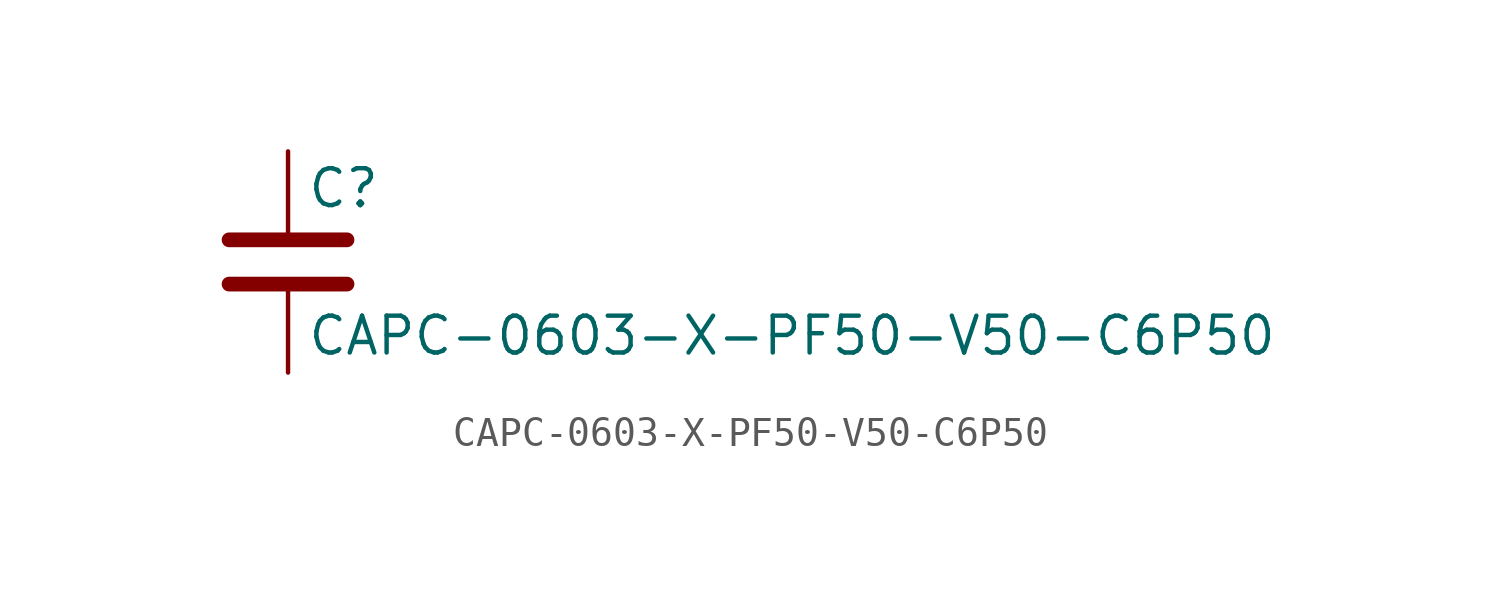
<source format=kicad_sym>
(kicad_symbol_lib
  (version 20211014)
  (generator kicad_symbol_editor)
  (symbol "CAPC-0603-X-PF50-V50-C6P50"
    (pin_numbers hide)
    (pin_names
      (offset 0.254))
    (property "Reference" "C"
      (at 0.635 2.54 0)
      (effects (font (size 1.27 1.27)) (justify left)))
    (property "Value" "CAPC-0603-X-PF50-V50-C6P50"
      (at 0.635 -2.54 0)
      (effects (font (size 1.27 1.27)) (justify left)))
    (symbol "CAPC-0603-X-PF50-V50-C6P50_0_1"
      (polyline (pts (xy -2.032 -0.762) (xy 2.032 -0.762)) (stroke (width 0.508) (type default) (color 0 0 0 0)) (fill (type none)))
      (polyline (pts (xy -2.032 0.762) (xy 2.032 0.762)) (stroke (width 0.508) (type default) (color 0 0 0 0)) (fill (type none))))
    (symbol "CAPC-0603-X-PF50-V50-C6P50_1_1"
      (pin passive line (at 0 3.81 270) (length 2.794) (name "~" (effects (font (size 1.27 1.27)))) (number "1" (effects (font (size 1.27 1.27)))))
      (pin passive line (at 0 -3.81 90) (length 2.794) (name "~" (effects (font (size 1.27 1.27)))) (number "2" (effects (font (size 1.27 1.27))))))))
</source>
